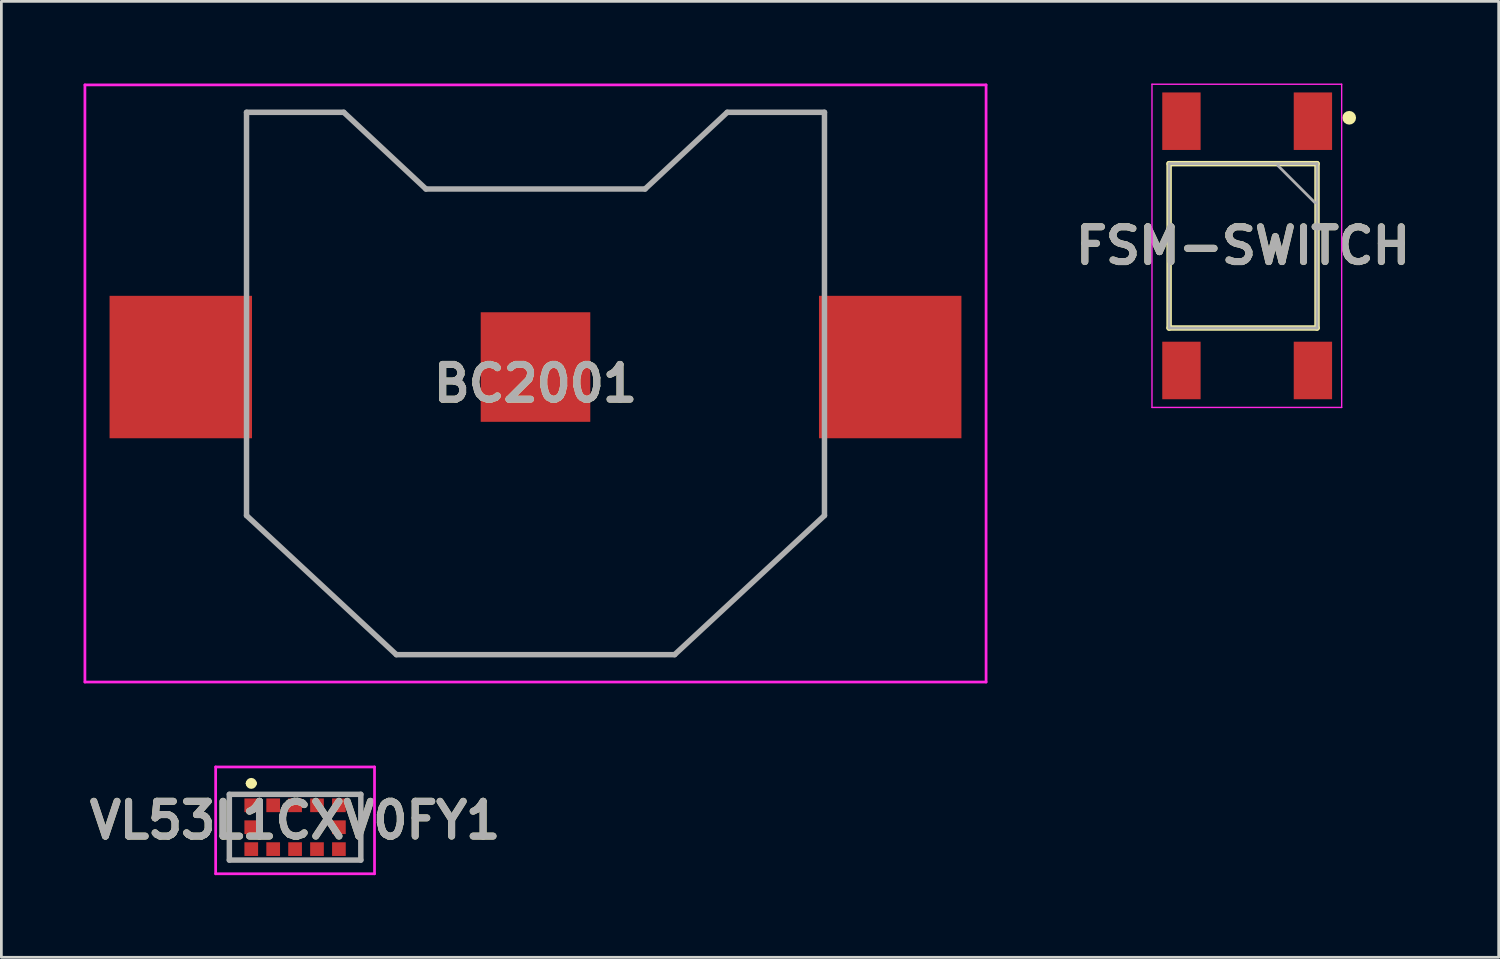
<source format=kicad_pcb>
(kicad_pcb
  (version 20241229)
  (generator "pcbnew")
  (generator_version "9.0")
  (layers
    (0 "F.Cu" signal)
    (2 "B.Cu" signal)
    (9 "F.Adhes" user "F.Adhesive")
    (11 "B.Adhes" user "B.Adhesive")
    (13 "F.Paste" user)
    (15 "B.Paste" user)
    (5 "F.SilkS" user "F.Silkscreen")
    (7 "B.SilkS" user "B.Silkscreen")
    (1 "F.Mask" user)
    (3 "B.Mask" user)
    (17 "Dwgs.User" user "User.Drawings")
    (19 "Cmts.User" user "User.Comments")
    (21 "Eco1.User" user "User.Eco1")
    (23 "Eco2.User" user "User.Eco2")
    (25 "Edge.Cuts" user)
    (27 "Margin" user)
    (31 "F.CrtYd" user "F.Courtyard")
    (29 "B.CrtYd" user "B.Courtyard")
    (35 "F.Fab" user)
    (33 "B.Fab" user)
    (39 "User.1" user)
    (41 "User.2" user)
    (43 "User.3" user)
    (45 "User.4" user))
  (footprint "VL53L1CXV0FY1"
    (layer "F.Cu")
    (at 7.723 27.15)
    (property "Reference" "VL53L1CXV0FY1" (at 0 -0.25 0) (layer "F.SilkS") (effects (font (size 1.27 1.27) (thickness 0.254))))
    (attr smd)
    (fp_line (start -2.4 -1.2) (end 2.4 -1.2) (stroke (width 0.1) (type solid)) (layer "F.SilkS"))
    (fp_line (start -2.4 1.2) (end -2.4 -1.2) (stroke (width 0.1) (type solid)) (layer "F.SilkS"))
    (fp_line (start -1.7 -1.6) (end -1.7 -1.6) (stroke (width 0.2) (type solid)) (layer "F.SilkS"))
    (fp_line (start -1.5 -1.6) (end -1.5 -1.6) (stroke (width 0.2) (type solid)) (layer "F.SilkS"))
    (fp_line (start 2.4 -1.2) (end 2.4 1.2) (stroke (width 0.1) (type solid)) (layer "F.SilkS"))
    (fp_line (start 2.4 1.2) (end -2.4 1.2) (stroke (width 0.1) (type solid)) (layer "F.SilkS"))
    (fp_arc (start -1.7 -1.6) (mid -1.6 -1.7) (end -1.5 -1.6) (stroke (width 0.2) (type solid)) (layer "F.SilkS"))
    (fp_arc (start -1.5 -1.6) (mid -1.6 -1.5) (end -1.7 -1.6) (stroke (width 0.2) (type solid)) (layer "F.SilkS"))
    (fp_line (start -2.9 -2.2) (end 2.9 -2.2) (stroke (width 0.1) (type solid)) (layer "F.CrtYd"))
    (fp_line (start -2.9 1.7) (end -2.9 -2.2) (stroke (width 0.1) (type solid)) (layer "F.CrtYd"))
    (fp_line (start 2.9 -2.2) (end 2.9 1.7) (stroke (width 0.1) (type solid)) (layer "F.CrtYd"))
    (fp_line (start 2.9 1.7) (end -2.9 1.7) (stroke (width 0.1) (type solid)) (layer "F.CrtYd"))
    (fp_line (start -2.4 -1.2) (end -2.4 1.2) (stroke (width 0.2) (type solid)) (layer "F.Fab"))
    (fp_line (start -2.4 1.2) (end 2.4 1.2) (stroke (width 0.2) (type solid)) (layer "F.Fab"))
    (fp_line (start 2.4 -1.2) (end -2.4 -1.2) (stroke (width 0.2) (type solid)) (layer "F.Fab"))
    (fp_line (start 2.4 1.2) (end 2.4 -1.2) (stroke (width 0.2) (type solid)) (layer "F.Fab"))
    (fp_text user "${REFERENCE}" (at 0 -0.25 0) (layer "F.Fab") (effects (font (size 1.27 1.27) (thickness 0.254))))
    (pad "1" smd rect (at -1.6 -0.8 90) (size 0.5 0.5) (layers "F.Cu" "F.Mask" "F.Paste"))
    (pad "2" smd rect (at -0.8 -0.8 90) (size 0.5 0.5) (layers "F.Cu" "F.Mask" "F.Paste"))
    (pad "3" smd rect (at 0 -0.8 90) (size 0.5 0.5) (layers "F.Cu" "F.Mask" "F.Paste"))
    (pad "4" smd rect (at 0.8 -0.8 90) (size 0.5 0.5) (layers "F.Cu" "F.Mask" "F.Paste"))
    (pad "5" smd rect (at 1.6 -0.8 90) (size 0.5 0.5) (layers "F.Cu" "F.Mask" "F.Paste"))
    (pad "6" smd rect (at 1.6 0 90) (size 0.5 0.5) (layers "F.Cu" "F.Mask" "F.Paste"))
    (pad "7" smd rect (at 1.6 0.8 90) (size 0.5 0.5) (layers "F.Cu" "F.Mask" "F.Paste"))
    (pad "8" smd rect (at 0.8 0.8 90) (size 0.5 0.5) (layers "F.Cu" "F.Mask" "F.Paste"))
    (pad "9" smd rect (at 0 0.8 90) (size 0.5 0.5) (layers "F.Cu" "F.Mask" "F.Paste"))
    (pad "10" smd rect (at -0.8 0.8 90) (size 0.5 0.5) (layers "F.Cu" "F.Mask" "F.Paste"))
    (pad "11" smd rect (at -1.6 0.8 90) (size 0.5 0.5) (layers "F.Cu" "F.Mask" "F.Paste"))
    (pad "12" smd rect (at -1.6 0 90) (size 0.5 0.5) (layers "F.Cu" "F.Mask" "F.Paste")))
  (footprint "FSM-SWITCH"
    (layer "F.Cu")
    (at 42.332 5.925)
    (property "Reference" "FSM-SWITCH" (at 0 0 0) (layer "F.SilkS") (effects (font (size 1.27 1.27) (thickness 0.254))))
    (attr smd)
    (fp_line (start -2.7 -3) (end 2.7 -3) (stroke (width 0.2) (type solid)) (layer "F.SilkS"))
    (fp_line (start -2.7 3) (end -2.7 -3) (stroke (width 0.2) (type solid)) (layer "F.SilkS"))
    (fp_line (start 2.7 -3) (end 2.7 3) (stroke (width 0.2) (type solid)) (layer "F.SilkS"))
    (fp_line (start 2.7 3) (end -2.7 3) (stroke (width 0.2) (type solid)) (layer "F.SilkS"))
    (fp_circle (center 3.875 -4.675) (end 3.875 -4.55) (stroke (width 0.25) (type solid)) (fill no) (layer "F.SilkS"))
    (fp_line (start -3.325 -5.9) (end 3.6 -5.9) (stroke (width 0.05) (type solid)) (layer "F.CrtYd"))
    (fp_line (start -3.325 5.9) (end -3.325 -5.9) (stroke (width 0.05) (type solid)) (layer "F.CrtYd"))
    (fp_line (start 3.6 -5.9) (end 3.6 5.9) (stroke (width 0.05) (type solid)) (layer "F.CrtYd"))
    (fp_line (start 3.6 5.9) (end -3.325 5.9) (stroke (width 0.05) (type solid)) (layer "F.CrtYd"))
    (fp_line (start -2.7 -3) (end 2.7 -3) (stroke (width 0.1) (type solid)) (layer "F.Fab"))
    (fp_line (start -2.7 3) (end -2.7 -3) (stroke (width 0.1) (type solid)) (layer "F.Fab"))
    (fp_line (start 2.625 -1.575) (end 1.275 -2.925) (stroke (width 0.1) (type solid)) (layer "F.Fab"))
    (fp_line (start 2.7 -3) (end 2.7 3) (stroke (width 0.1) (type solid)) (layer "F.Fab"))
    (fp_line (start 2.7 3) (end -2.7 3) (stroke (width 0.1) (type solid)) (layer "F.Fab"))
    (fp_text user "${REFERENCE}" (at 0 0 0) (layer "F.Fab") (effects (font (size 1.27 1.27) (thickness 0.254))))
    (pad "1" smd rect (at 2.55 -4.55) (size 1.4 2.1) (layers "F.Cu" "F.Mask" "F.Paste"))
    (pad "2" smd rect (at 2.55 4.55) (size 1.4 2.1) (layers "F.Cu" "F.Mask" "F.Paste"))
    (pad "3" smd rect (at -2.25 -4.55) (size 1.4 2.1) (layers "F.Cu" "F.Mask" "F.Paste"))
    (pad "4" smd rect (at -2.25 4.55) (size 1.4 2.1) (layers "F.Cu" "F.Mask" "F.Paste")))
  (footprint "BC2001"
    (layer "F.Cu")
    (at 16.5 20.85)
    (property "Reference" "BC2001" (at 0 -9.9 0) (layer "F.SilkS") (effects (font (size 1.27 1.27) (thickness 0.254))))
    (attr through_hole)
    (fp_line (start -10.55 -19.8) (end -7 -19.8) (stroke (width 0.1) (type solid)) (layer "F.SilkS"))
    (fp_line (start -10.55 -14) (end -10.55 -19.8) (stroke (width 0.1) (type solid)) (layer "F.SilkS"))
    (fp_line (start -10.55 -7) (end -10.55 -5.08) (stroke (width 0.1) (type solid)) (layer "F.SilkS"))
    (fp_line (start -10.55 -5.08) (end -5.08 0) (stroke (width 0.1) (type solid)) (layer "F.SilkS"))
    (fp_line (start -7 -19.8) (end -4 -17) (stroke (width 0.1) (type solid)) (layer "F.SilkS"))
    (fp_line (start -5.08 0) (end 5 0) (stroke (width 0.1) (type solid)) (layer "F.SilkS"))
    (fp_line (start -4 -17) (end 4 -17) (stroke (width 0.1) (type solid)) (layer "F.SilkS"))
    (fp_line (start 4 -17) (end 7 -19.8) (stroke (width 0.1) (type solid)) (layer "F.SilkS"))
    (fp_line (start 5 0) (end 5 0) (stroke (width 0.1) (type solid)) (layer "F.SilkS"))
    (fp_line (start 5 0) (end 5.08 0) (stroke (width 0.1) (type solid)) (layer "F.SilkS"))
    (fp_line (start 5.08 0) (end 10.55 -5.08) (stroke (width 0.1) (type solid)) (layer "F.SilkS"))
    (fp_line (start 7 -19.8) (end 10.55 -19.8) (stroke (width 0.1) (type solid)) (layer "F.SilkS"))
    (fp_line (start 10.55 -19.8) (end 10.55 -14) (stroke (width 0.1) (type solid)) (layer "F.SilkS"))
    (fp_line (start 10.55 -5.08) (end 10.55 -7) (stroke (width 0.1) (type solid)) (layer "F.SilkS"))
    (fp_line (start -16.45 -20.8) (end 16.45 -20.8) (stroke (width 0.1) (type solid)) (layer "F.CrtYd"))
    (fp_line (start -16.45 1) (end -16.45 -20.8) (stroke (width 0.1) (type solid)) (layer "F.CrtYd"))
    (fp_line (start 16.45 -20.8) (end 16.45 1) (stroke (width 0.1) (type solid)) (layer "F.CrtYd"))
    (fp_line (start 16.45 1) (end -16.45 1) (stroke (width 0.1) (type solid)) (layer "F.CrtYd"))
    (fp_line (start -10.55 -19.8) (end -10.55 -5.08) (stroke (width 0.2) (type solid)) (layer "F.Fab"))
    (fp_line (start -10.55 -5.08) (end -5.08 0) (stroke (width 0.2) (type solid)) (layer "F.Fab"))
    (fp_line (start -7 -19.8) (end -10.55 -19.8) (stroke (width 0.2) (type solid)) (layer "F.Fab"))
    (fp_line (start -5.08 0) (end 5.08 0) (stroke (width 0.2) (type solid)) (layer "F.Fab"))
    (fp_line (start -4 -17) (end -7 -19.8) (stroke (width 0.2) (type solid)) (layer "F.Fab"))
    (fp_line (start 4 -17) (end -4 -17) (stroke (width 0.2) (type solid)) (layer "F.Fab"))
    (fp_line (start 5.08 0) (end 10.55 -5.08) (stroke (width 0.2) (type solid)) (layer "F.Fab"))
    (fp_line (start 7 -19.8) (end 4 -17) (stroke (width 0.2) (type solid)) (layer "F.Fab"))
    (fp_line (start 10.55 -19.8) (end 7 -19.8) (stroke (width 0.2) (type solid)) (layer "F.Fab"))
    (fp_line (start 10.55 -5.08) (end 10.55 -19.8) (stroke (width 0.2) (type solid)) (layer "F.Fab"))
    (fp_text user "${REFERENCE}" (at 0 -9.9 0) (layer "F.Fab") (effects (font (size 1.27 1.27) (thickness 0.254))))
    (pad "1" smd rect (at -12.95 -10.5) (size 5.2 5.2) (layers "F.Cu" "F.Mask" "F.Paste"))
    (pad "1" smd rect (at 12.95 -10.5) (size 5.2 5.2) (layers "F.Cu" "F.Mask" "F.Paste"))
    (pad "2" smd rect (at 0 -10.5 90) (size 4 4) (layers "F.Cu" "F.Mask" "F.Paste")))
  (gr_rect
    (start -3 -3)
    (end 51.664 31.9)
    (stroke (width 0.1) (type default))
    (fill no)
    (layer "Edge.Cuts")))
</source>
